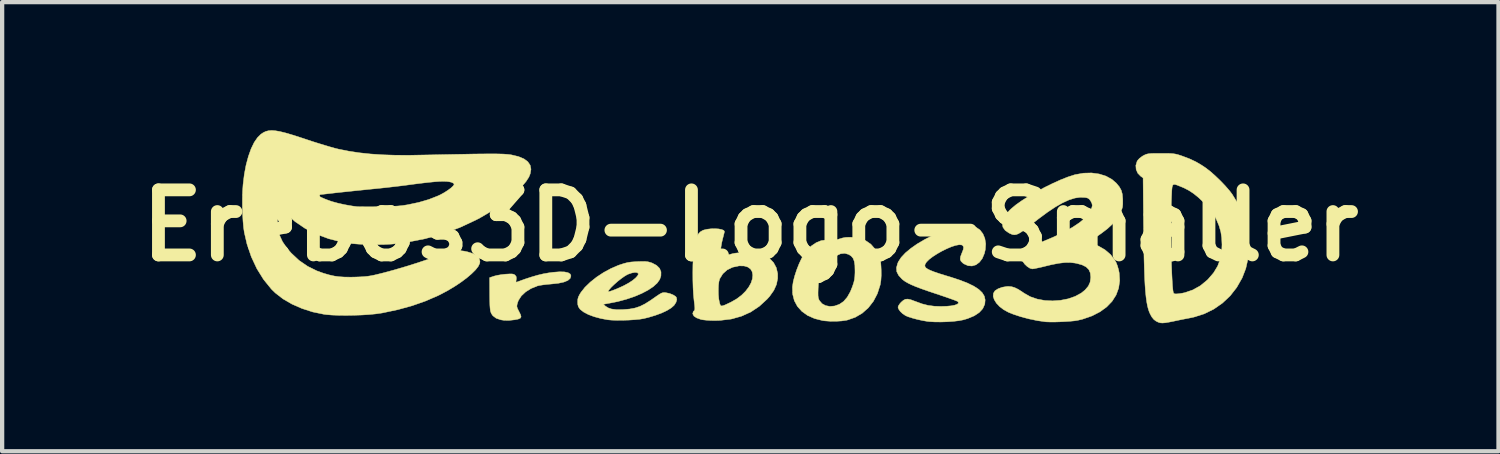
<source format=kicad_pcb>
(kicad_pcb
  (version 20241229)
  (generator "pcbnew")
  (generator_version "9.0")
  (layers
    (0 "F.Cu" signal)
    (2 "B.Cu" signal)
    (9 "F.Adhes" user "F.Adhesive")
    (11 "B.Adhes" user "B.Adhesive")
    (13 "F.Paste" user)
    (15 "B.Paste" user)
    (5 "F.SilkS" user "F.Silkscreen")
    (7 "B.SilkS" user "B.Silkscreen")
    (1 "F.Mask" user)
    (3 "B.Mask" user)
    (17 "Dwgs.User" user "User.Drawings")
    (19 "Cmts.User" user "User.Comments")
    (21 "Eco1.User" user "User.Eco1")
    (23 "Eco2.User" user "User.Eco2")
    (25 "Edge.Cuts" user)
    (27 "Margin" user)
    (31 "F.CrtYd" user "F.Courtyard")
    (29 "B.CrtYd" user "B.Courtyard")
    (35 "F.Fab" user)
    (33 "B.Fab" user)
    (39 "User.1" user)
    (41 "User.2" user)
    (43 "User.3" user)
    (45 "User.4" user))
  (footprint "Erebos3D-Logo-Smaller"
    (layer "F.Cu")
    (at 14.522 2.231)
    (property "Reference" "Erebos3D-Logo-Smaller" (at 0 0 0) (layer "F.SilkS") (effects (font (size 1.524 1.524) (thickness 0.3))))
    (attr through_hole)
    (fp_poly (pts (xy -4.352 1.087) (xy -4.268 1.105) (xy -4.217 1.137) (xy -4.201 1.18) (xy -4.219 1.238) (xy -4.273 1.286) (xy -4.365 1.324) (xy -4.493 1.352) (xy -4.659 1.37) (xy -4.66 1.37) (xy -4.762 1.379) (xy -4.86 1.391) (xy -4.942 1.404) (xy -4.988 1.415) (xy -5.137 1.476) (xy -5.263 1.555) (xy -5.363 1.649) (xy -5.431 1.754) (xy -5.452 1.811) (xy -5.465 1.862) (xy -5.467 1.9) (xy -5.455 1.94) (xy -5.428 1.995) (xy -5.415 2.02) (xy -5.38 2.091) (xy -5.369 2.139) (xy -5.388 2.171) (xy -5.438 2.192) (xy -5.521 2.208) (xy -5.655 2.223) (xy -5.771 2.22) (xy -5.842 2.209) (xy -5.952 2.172) (xy -6.031 2.112) (xy -6.067 2.058) (xy -6.079 2.026) (xy -6.089 1.988) (xy -6.095 1.935) (xy -6.1 1.864) (xy -6.102 1.767) (xy -6.104 1.638) (xy -6.104 1.603) (xy -6.106 1.221) (xy -5.998 1.185) (xy -5.926 1.167) (xy -5.833 1.151) (xy -5.737 1.14) (xy -5.72 1.139) (xy -5.634 1.134) (xy -5.578 1.135) (xy -5.542 1.142) (xy -5.516 1.157) (xy -5.509 1.163) (xy -5.483 1.198) (xy -5.48 1.244) (xy -5.483 1.267) (xy -5.489 1.312) (xy -5.48 1.327) (xy -5.469 1.325) (xy -5.283 1.257) (xy -5.124 1.205) (xy -4.984 1.164) (xy -4.854 1.133) (xy -4.726 1.11) (xy -4.617 1.095) (xy -4.469 1.084) (xy -4.352 1.087)) (stroke (width 0.01) (type solid)) (fill yes) (layer "F.SilkS"))
    (fp_poly (pts (xy 2.386 0.277) (xy 2.555 0.3) (xy 2.7 0.354) (xy 2.822 0.438) (xy 2.924 0.555) (xy 3.002 0.695) (xy 3.027 0.753) (xy 3.043 0.808) (xy 3.054 0.872) (xy 3.06 0.956) (xy 3.064 1.036) (xy 3.065 1.173) (xy 3.058 1.285) (xy 3.043 1.382) (xy 3.039 1.397) (xy 2.975 1.596) (xy 2.882 1.774) (xy 2.763 1.927) (xy 2.621 2.053) (xy 2.458 2.149) (xy 2.278 2.212) (xy 2.25 2.219) (xy 2.139 2.235) (xy 2.006 2.243) (xy 1.868 2.242) (xy 1.741 2.233) (xy 1.695 2.227) (xy 1.505 2.179) (xy 1.341 2.107) (xy 1.207 2.011) (xy 1.103 1.895) (xy 1.03 1.76) (xy 0.991 1.607) (xy 0.99 1.575) (xy 1.585 1.575) (xy 1.586 1.644) (xy 1.592 1.693) (xy 1.604 1.731) (xy 1.617 1.757) (xy 1.678 1.83) (xy 1.763 1.876) (xy 1.863 1.895) (xy 1.974 1.885) (xy 2.086 1.845) (xy 2.184 1.778) (xy 2.269 1.68) (xy 2.343 1.549) (xy 2.391 1.429) (xy 2.42 1.343) (xy 2.438 1.27) (xy 2.447 1.196) (xy 2.451 1.105) (xy 2.451 1.055) (xy 2.448 0.93) (xy 2.433 0.836) (xy 2.406 0.767) (xy 2.363 0.716) (xy 2.305 0.678) (xy 2.213 0.651) (xy 2.115 0.661) (xy 2.014 0.708) (xy 1.912 0.791) (xy 1.893 0.811) (xy 1.842 0.86) (xy 1.795 0.897) (xy 1.768 0.91) (xy 1.743 0.927) (xy 1.716 0.967) (xy 1.683 1.036) (xy 1.662 1.09) (xy 1.631 1.177) (xy 1.61 1.25) (xy 1.598 1.326) (xy 1.591 1.419) (xy 1.588 1.475) (xy 1.585 1.575) (xy 0.99 1.575) (xy 0.986 1.439) (xy 1.005 1.313) (xy 1.039 1.181) (xy 1.086 1.038) (xy 1.141 0.898) (xy 1.199 0.774) (xy 1.233 0.713) (xy 1.325 0.583) (xy 1.43 0.478) (xy 1.544 0.401) (xy 1.66 0.354) (xy 1.774 0.34) (xy 1.835 0.348) (xy 1.887 0.356) (xy 1.935 0.356) (xy 1.992 0.343) (xy 2.071 0.319) (xy 2.156 0.293) (xy 2.229 0.279) (xy 2.307 0.275) (xy 2.386 0.277)) (stroke (width 0.01) (type solid)) (fill yes) (layer "F.SilkS"))
    (fp_poly (pts (xy -2.459 0.843) (xy -2.401 0.849) (xy -2.35 0.862) (xy -2.301 0.878) (xy -2.197 0.933) (xy -2.126 1.003) (xy -2.092 1.086) (xy -2.094 1.181) (xy -2.122 1.263) (xy -2.181 1.347) (xy -2.273 1.431) (xy -2.396 1.513) (xy -2.545 1.591) (xy -2.715 1.663) (xy -2.902 1.726) (xy -3.102 1.78) (xy -3.26 1.812) (xy -3.443 1.845) (xy -3.392 1.889) (xy -3.329 1.929) (xy -3.249 1.956) (xy -3.146 1.969) (xy -3.013 1.97) (xy -2.97 1.968) (xy -2.826 1.956) (xy -2.701 1.933) (xy -2.584 1.894) (xy -2.466 1.835) (xy -2.336 1.753) (xy -2.277 1.712) (xy -2.19 1.651) (xy -2.128 1.61) (xy -2.084 1.585) (xy -2.049 1.573) (xy -2.017 1.57) (xy -1.981 1.573) (xy -1.975 1.574) (xy -1.888 1.593) (xy -1.81 1.624) (xy -1.752 1.66) (xy -1.733 1.682) (xy -1.722 1.734) (xy -1.741 1.8) (xy -1.786 1.87) (xy -1.787 1.871) (xy -1.854 1.93) (xy -1.953 1.991) (xy -2.079 2.05) (xy -2.226 2.104) (xy -2.386 2.152) (xy -2.501 2.18) (xy -2.592 2.195) (xy -2.711 2.206) (xy -2.847 2.215) (xy -2.989 2.219) (xy -3.126 2.22) (xy -3.246 2.216) (xy -3.336 2.208) (xy -3.503 2.177) (xy -3.658 2.135) (xy -3.793 2.085) (xy -3.903 2.027) (xy -3.982 1.966) (xy -3.993 1.953) (xy -4.026 1.904) (xy -4.041 1.85) (xy -4.044 1.789) (xy -4.041 1.726) (xy -4.026 1.672) (xy -3.995 1.611) (xy -3.968 1.568) (xy -3.95 1.545) (xy -3.33 1.545) (xy -3.321 1.55) (xy -3.29 1.543) (xy -3.229 1.523) (xy -3.16 1.496) (xy -3.072 1.459) (xy -2.978 1.416) (xy -2.937 1.395) (xy -2.841 1.342) (xy -2.756 1.286) (xy -2.687 1.229) (xy -2.641 1.178) (xy -2.622 1.138) (xy -2.623 1.127) (xy -2.65 1.103) (xy -2.703 1.098) (xy -2.776 1.111) (xy -2.861 1.14) (xy -2.881 1.149) (xy -2.944 1.186) (xy -3.022 1.241) (xy -3.106 1.307) (xy -3.186 1.378) (xy -3.256 1.445) (xy -3.306 1.502) (xy -3.323 1.527) (xy -3.33 1.545) (xy -3.95 1.545) (xy -3.874 1.448) (xy -3.749 1.327) (xy -3.601 1.209) (xy -3.437 1.101) (xy -3.264 1.007) (xy -3.09 0.932) (xy -3.063 0.923) (xy -2.962 0.89) (xy -2.877 0.868) (xy -2.793 0.855) (xy -2.694 0.848) (xy -2.638 0.845) (xy -2.534 0.842) (xy -2.459 0.843)) (stroke (width 0.01) (type solid)) (fill yes) (layer "F.SilkS"))
    (fp_poly (pts (xy -0.744 0.08) (xy -0.673 0.094) (xy -0.624 0.113) (xy -0.606 0.139) (xy -0.606 0.139) (xy -0.611 0.166) (xy -0.624 0.218) (xy -0.642 0.288) (xy -0.645 0.298) (xy -0.668 0.394) (xy -0.687 0.503) (xy -0.697 0.593) (xy -0.703 0.67) (xy -0.703 0.715) (xy -0.698 0.735) (xy -0.684 0.739) (xy -0.672 0.736) (xy -0.636 0.725) (xy -0.575 0.707) (xy -0.501 0.684) (xy -0.488 0.68) (xy -0.42 0.661) (xy -0.354 0.648) (xy -0.281 0.64) (xy -0.191 0.636) (xy -0.071 0.635) (xy -0.068 0.635) (xy 0.043 0.636) (xy 0.123 0.638) (xy 0.183 0.643) (xy 0.229 0.652) (xy 0.271 0.667) (xy 0.313 0.686) (xy 0.444 0.766) (xy 0.543 0.868) (xy 0.608 0.989) (xy 0.64 1.128) (xy 0.64 1.239) (xy 0.612 1.381) (xy 0.55 1.519) (xy 0.452 1.658) (xy 0.393 1.724) (xy 0.21 1.892) (xy 0.009 2.026) (xy -0.211 2.125) (xy -0.449 2.191) (xy -0.707 2.222) (xy -0.84 2.226) (xy -0.941 2.223) (xy -1.036 2.217) (xy -1.115 2.208) (xy -1.156 2.2) (xy -1.257 2.164) (xy -1.321 2.121) (xy -1.347 2.072) (xy -1.348 2.062) (xy -1.337 2.019) (xy -1.319 1.998) (xy -1.307 1.987) (xy -1.301 1.966) (xy -1.3 1.929) (xy -1.305 1.867) (xy -1.316 1.776) (xy -1.319 1.749) (xy -1.332 1.616) (xy -1.338 1.507) (xy -0.75 1.507) (xy -0.748 1.617) (xy -0.739 1.72) (xy -0.725 1.793) (xy -0.713 1.84) (xy -0.699 1.87) (xy -0.679 1.884) (xy -0.645 1.88) (xy -0.591 1.86) (xy -0.512 1.823) (xy -0.453 1.795) (xy -0.32 1.719) (xy -0.206 1.633) (xy -0.111 1.539) (xy -0.037 1.442) (xy 0.017 1.344) (xy 0.048 1.249) (xy 0.057 1.161) (xy 0.043 1.083) (xy 0.005 1.019) (xy -0.059 0.973) (xy -0.147 0.947) (xy -0.262 0.945) (xy -0.269 0.946) (xy -0.418 0.978) (xy -0.544 1.04) (xy -0.644 1.13) (xy -0.717 1.248) (xy -0.735 1.311) (xy -0.746 1.401) (xy -0.75 1.507) (xy -1.338 1.507) (xy -1.341 1.456) (xy -1.346 1.281) (xy -1.347 1.101) (xy -1.345 0.927) (xy -1.338 0.771) (xy -1.328 0.655) (xy -1.308 0.494) (xy -1.284 0.367) (xy -1.255 0.271) (xy -1.219 0.2) (xy -1.173 0.15) (xy -1.117 0.116) (xy -1.09 0.106) (xy -1.011 0.087) (xy -0.921 0.077) (xy -0.829 0.075) (xy -0.744 0.08)) (stroke (width 0.01) (type solid)) (fill yes) (layer "F.SilkS"))
    (fp_poly (pts (xy 5.174 0.008) (xy 5.285 0.041) (xy 5.377 0.104) (xy 5.446 0.193) (xy 5.492 0.303) (xy 5.512 0.429) (xy 5.502 0.566) (xy 5.482 0.653) (xy 5.432 0.772) (xy 5.364 0.861) (xy 5.283 0.921) (xy 5.192 0.948) (xy 5.098 0.941) (xy 5.002 0.898) (xy 4.976 0.879) (xy 4.933 0.836) (xy 4.915 0.79) (xy 4.922 0.731) (xy 4.952 0.65) (xy 4.954 0.646) (xy 4.986 0.564) (xy 4.994 0.508) (xy 4.977 0.472) (xy 4.95 0.455) (xy 4.891 0.45) (xy 4.809 0.465) (xy 4.709 0.497) (xy 4.599 0.544) (xy 4.485 0.6) (xy 4.374 0.663) (xy 4.272 0.729) (xy 4.187 0.794) (xy 4.125 0.856) (xy 4.094 0.906) (xy 4.087 0.938) (xy 4.093 0.967) (xy 4.115 0.994) (xy 4.156 1.022) (xy 4.219 1.052) (xy 4.308 1.087) (xy 4.426 1.127) (xy 4.577 1.174) (xy 4.678 1.204) (xy 4.9 1.277) (xy 5.085 1.348) (xy 5.234 1.421) (xy 5.348 1.495) (xy 5.43 1.573) (xy 5.48 1.655) (xy 5.499 1.742) (xy 5.491 1.836) (xy 5.489 1.845) (xy 5.443 1.947) (xy 5.361 2.037) (xy 5.243 2.115) (xy 5.09 2.179) (xy 4.985 2.21) (xy 4.886 2.229) (xy 4.759 2.244) (xy 4.615 2.254) (xy 4.466 2.259) (xy 4.324 2.258) (xy 4.199 2.251) (xy 4.152 2.246) (xy 4.034 2.226) (xy 3.911 2.199) (xy 3.795 2.168) (xy 3.697 2.137) (xy 3.634 2.11) (xy 3.568 2.066) (xy 3.51 2.011) (xy 3.471 1.954) (xy 3.458 1.911) (xy 3.472 1.875) (xy 3.505 1.827) (xy 3.534 1.795) (xy 3.585 1.751) (xy 3.633 1.727) (xy 3.688 1.723) (xy 3.758 1.738) (xy 3.852 1.773) (xy 3.869 1.779) (xy 4.022 1.835) (xy 4.163 1.871) (xy 4.309 1.89) (xy 4.461 1.895) (xy 4.594 1.891) (xy 4.705 1.881) (xy 4.791 1.864) (xy 4.848 1.842) (xy 4.874 1.817) (xy 4.866 1.787) (xy 4.857 1.78) (xy 4.832 1.768) (xy 4.774 1.745) (xy 4.691 1.715) (xy 4.586 1.678) (xy 4.465 1.637) (xy 4.361 1.602) (xy 4.169 1.538) (xy 4.01 1.482) (xy 3.881 1.434) (xy 3.777 1.39) (xy 3.694 1.35) (xy 3.628 1.312) (xy 3.574 1.273) (xy 3.552 1.254) (xy 3.472 1.167) (xy 3.429 1.081) (xy 3.422 0.989) (xy 3.45 0.887) (xy 3.466 0.85) (xy 3.532 0.748) (xy 3.631 0.642) (xy 3.757 0.537) (xy 3.905 0.433) (xy 4.07 0.335) (xy 4.245 0.244) (xy 4.426 0.164) (xy 4.607 0.097) (xy 4.782 0.045) (xy 4.945 0.013) (xy 5.092 0.002) (xy 5.174 0.008)) (stroke (width 0.01) (type solid)) (fill yes) (layer "F.SilkS"))
    (fp_poly (pts (xy 9.623 -1.689) (xy 9.742 -1.689) (xy 9.831 -1.687) (xy 9.9 -1.682) (xy 9.958 -1.673) (xy 10.013 -1.66) (xy 10.075 -1.64) (xy 10.116 -1.626) (xy 10.285 -1.562) (xy 10.432 -1.493) (xy 10.573 -1.41) (xy 10.668 -1.346) (xy 10.772 -1.266) (xy 10.888 -1.163) (xy 11.008 -1.048) (xy 11.122 -0.929) (xy 11.221 -0.815) (xy 11.282 -0.735) (xy 11.426 -0.501) (xy 11.538 -0.256) (xy 11.618 -0.003) (xy 11.665 0.255) (xy 11.678 0.511) (xy 11.658 0.763) (xy 11.603 1.007) (xy 11.517 1.229) (xy 11.391 1.45) (xy 11.237 1.647) (xy 11.056 1.817) (xy 10.852 1.959) (xy 10.628 2.069) (xy 10.388 2.145) (xy 10.309 2.162) (xy 10.221 2.179) (xy 10.111 2.2) (xy 9.996 2.224) (xy 9.926 2.239) (xy 9.806 2.263) (xy 9.717 2.278) (xy 9.65 2.283) (xy 9.598 2.279) (xy 9.553 2.265) (xy 9.507 2.242) (xy 9.505 2.242) (xy 9.45 2.201) (xy 9.402 2.142) (xy 9.366 2.077) (xy 9.341 2.021) (xy 9.319 1.955) (xy 9.299 1.877) (xy 9.282 1.784) (xy 9.267 1.674) (xy 9.254 1.544) (xy 9.243 1.392) (xy 9.234 1.216) (xy 9.227 1.012) (xy 9.22 0.778) (xy 9.215 0.512) (xy 9.211 0.212) (xy 9.21 0.081) (xy 9.851 0.081) (xy 9.852 0.3) (xy 9.854 0.518) (xy 9.858 0.73) (xy 9.863 0.931) (xy 9.87 1.115) (xy 9.878 1.276) (xy 9.886 1.41) (xy 9.896 1.511) (xy 9.897 1.519) (xy 9.906 1.571) (xy 9.922 1.595) (xy 9.955 1.602) (xy 9.98 1.602) (xy 10.039 1.597) (xy 10.116 1.585) (xy 10.178 1.572) (xy 10.364 1.508) (xy 10.541 1.409) (xy 10.702 1.276) (xy 10.717 1.261) (xy 10.848 1.109) (xy 10.944 0.951) (xy 11.007 0.781) (xy 11.04 0.593) (xy 11.046 0.449) (xy 11.039 0.29) (xy 11.018 0.148) (xy 10.978 0.01) (xy 10.916 -0.139) (xy 10.898 -0.176) (xy 10.86 -0.251) (xy 10.821 -0.314) (xy 10.774 -0.376) (xy 10.713 -0.444) (xy 10.629 -0.529) (xy 10.621 -0.537) (xy 10.495 -0.656) (xy 10.38 -0.749) (xy 10.267 -0.823) (xy 10.147 -0.884) (xy 10.085 -0.91) (xy 10.006 -0.942) (xy 9.95 -0.961) (xy 9.912 -0.962) (xy 9.89 -0.941) (xy 9.877 -0.894) (xy 9.87 -0.817) (xy 9.865 -0.706) (xy 9.864 -0.694) (xy 9.858 -0.526) (xy 9.854 -0.338) (xy 9.852 -0.134) (xy 9.851 0.081) (xy 9.21 0.081) (xy 9.208 -0.025) (xy 9.198 -1.114) (xy 9.141 -1.155) (xy 9.073 -1.225) (xy 9.035 -1.313) (xy 9.028 -1.407) (xy 9.056 -1.5) (xy 9.071 -1.526) (xy 9.116 -1.575) (xy 9.181 -1.623) (xy 9.212 -1.641) (xy 9.251 -1.66) (xy 9.288 -1.673) (xy 9.33 -1.681) (xy 9.385 -1.686) (xy 9.46 -1.689) (xy 9.563 -1.689) (xy 9.623 -1.689)) (stroke (width 0.01) (type solid)) (fill yes) (layer "F.SilkS"))
    (fp_poly (pts (xy 8.167 -1.207) (xy 8.328 -1.157) (xy 8.468 -1.08) (xy 8.572 -0.99) (xy 8.641 -0.906) (xy 8.686 -0.825) (xy 8.711 -0.735) (xy 8.721 -0.623) (xy 8.722 -0.585) (xy 8.722 -0.499) (xy 8.716 -0.436) (xy 8.7 -0.38) (xy 8.672 -0.314) (xy 8.651 -0.27) (xy 8.58 -0.152) (xy 8.486 -0.039) (xy 8.363 0.075) (xy 8.209 0.192) (xy 8.104 0.263) (xy 7.894 0.399) (xy 7.992 0.424) (xy 8.155 0.482) (xy 8.304 0.568) (xy 8.431 0.676) (xy 8.53 0.801) (xy 8.565 0.863) (xy 8.595 0.939) (xy 8.622 1.031) (xy 8.638 1.109) (xy 8.65 1.293) (xy 8.625 1.466) (xy 8.566 1.627) (xy 8.472 1.775) (xy 8.346 1.906) (xy 8.19 2.02) (xy 8.004 2.116) (xy 7.791 2.19) (xy 7.67 2.22) (xy 7.596 2.232) (xy 7.493 2.242) (xy 7.372 2.25) (xy 7.244 2.256) (xy 7.119 2.26) (xy 7.008 2.259) (xy 6.921 2.256) (xy 6.907 2.254) (xy 6.719 2.227) (xy 6.523 2.186) (xy 6.331 2.135) (xy 6.156 2.077) (xy 6.044 2.032) (xy 5.931 1.97) (xy 5.836 1.897) (xy 5.762 1.818) (xy 5.712 1.736) (xy 5.687 1.658) (xy 5.693 1.587) (xy 5.73 1.528) (xy 5.803 1.481) (xy 5.9 1.446) (xy 6.007 1.428) (xy 6.045 1.426) (xy 6.119 1.433) (xy 6.192 1.455) (xy 6.274 1.495) (xy 6.373 1.559) (xy 6.414 1.587) (xy 6.555 1.667) (xy 6.718 1.723) (xy 6.895 1.756) (xy 7.08 1.765) (xy 7.264 1.752) (xy 7.442 1.717) (xy 7.606 1.66) (xy 7.75 1.582) (xy 7.839 1.51) (xy 7.915 1.421) (xy 7.957 1.328) (xy 7.972 1.22) (xy 7.972 1.208) (xy 7.961 1.109) (xy 7.926 1.031) (xy 7.863 0.969) (xy 7.77 0.922) (xy 7.643 0.887) (xy 7.6 0.879) (xy 7.487 0.866) (xy 7.361 0.868) (xy 7.218 0.885) (xy 7.049 0.918) (xy 6.921 0.949) (xy 6.82 0.974) (xy 6.728 0.994) (xy 6.655 1.009) (xy 6.608 1.016) (xy 6.602 1.016) (xy 6.548 1.001) (xy 6.484 0.96) (xy 6.425 0.904) (xy 6.38 0.841) (xy 6.378 0.838) (xy 6.362 0.787) (xy 6.353 0.719) (xy 6.351 0.649) (xy 6.357 0.593) (xy 6.365 0.574) (xy 6.389 0.557) (xy 6.44 0.533) (xy 6.508 0.506) (xy 6.516 0.503) (xy 6.827 0.385) (xy 7.103 0.269) (xy 7.342 0.154) (xy 7.545 0.042) (xy 7.71 -0.068) (xy 7.838 -0.175) (xy 7.929 -0.28) (xy 7.965 -0.342) (xy 7.996 -0.415) (xy 8.008 -0.468) (xy 8 -0.515) (xy 7.974 -0.568) (xy 7.97 -0.574) (xy 7.936 -0.62) (xy 7.894 -0.645) (xy 7.842 -0.656) (xy 7.726 -0.661) (xy 7.601 -0.643) (xy 7.463 -0.6) (xy 7.312 -0.531) (xy 7.144 -0.435) (xy 6.958 -0.311) (xy 6.751 -0.158) (xy 6.648 -0.078) (xy 6.522 0.022) (xy 6.421 0.099) (xy 6.342 0.154) (xy 6.278 0.192) (xy 6.226 0.212) (xy 6.181 0.218) (xy 6.137 0.211) (xy 6.092 0.193) (xy 6.058 0.176) (xy 5.969 0.115) (xy 5.916 0.041) (xy 5.9 -0.045) (xy 5.919 -0.139) (xy 5.974 -0.241) (xy 6.065 -0.35) (xy 6.108 -0.391) (xy 6.218 -0.483) (xy 6.358 -0.582) (xy 6.522 -0.686) (xy 6.701 -0.79) (xy 6.889 -0.891) (xy 7.078 -0.984) (xy 7.261 -1.067) (xy 7.432 -1.135) (xy 7.582 -1.184) (xy 7.612 -1.192) (xy 7.804 -1.226) (xy 7.99 -1.231) (xy 8.167 -1.207)) (stroke (width 0.01) (type solid)) (fill yes) (layer "F.SilkS"))
    (fp_poly (pts (xy -11.122 -2.219) (xy -11.018 -2.201) (xy -10.891 -2.17) (xy -10.74 -2.126) (xy -10.558 -2.068) (xy -10.424 -2.024) (xy -10.272 -1.973) (xy -10.119 -1.925) (xy -9.972 -1.88) (xy -9.841 -1.841) (xy -9.731 -1.81) (xy -9.65 -1.79) (xy -9.648 -1.789) (xy -9.406 -1.741) (xy -9.156 -1.703) (xy -8.893 -1.675) (xy -8.612 -1.656) (xy -8.307 -1.646) (xy -7.973 -1.645) (xy -7.767 -1.649) (xy -7.441 -1.655) (xy -7.152 -1.661) (xy -6.897 -1.666) (xy -6.674 -1.67) (xy -6.48 -1.674) (xy -6.313 -1.676) (xy -6.169 -1.677) (xy -6.048 -1.677) (xy -5.945 -1.677) (xy -5.86 -1.675) (xy -5.788 -1.673) (xy -5.728 -1.669) (xy -5.678 -1.665) (xy -5.634 -1.66) (xy -5.595 -1.654) (xy -5.59 -1.653) (xy -5.428 -1.614) (xy -5.302 -1.561) (xy -5.211 -1.493) (xy -5.156 -1.412) (xy -5.137 -1.318) (xy -5.155 -1.212) (xy -5.187 -1.133) (xy -5.253 -1.031) (xy -5.35 -0.916) (xy -5.473 -0.792) (xy -5.618 -0.664) (xy -5.781 -0.535) (xy -5.957 -0.409) (xy -6.141 -0.29) (xy -6.33 -0.18) (xy -6.423 -0.131) (xy -6.809 0.049) (xy -7.205 0.194) (xy -7.615 0.309) (xy -8.044 0.393) (xy -8.244 0.421) (xy -8.406 0.436) (xy -8.589 0.445) (xy -8.785 0.448) (xy -8.983 0.445) (xy -9.174 0.436) (xy -9.349 0.422) (xy -9.499 0.402) (xy -9.554 0.392) (xy -9.873 0.31) (xy -10.163 0.203) (xy -10.425 0.069) (xy -10.66 -0.09) (xy -10.858 -0.267) (xy -11 -0.409) (xy -11.033 -0.346) (xy -11.054 -0.284) (xy -11.068 -0.191) (xy -11.074 -0.114) (xy -11.068 0.057) (xy -11.029 0.219) (xy -10.957 0.377) (xy -10.849 0.535) (xy -10.751 0.647) (xy -10.568 0.818) (xy -10.369 0.955) (xy -10.15 1.063) (xy -9.994 1.119) (xy -9.862 1.157) (xy -9.742 1.184) (xy -9.623 1.2) (xy -9.493 1.208) (xy -9.342 1.209) (xy -9.25 1.207) (xy -9.137 1.203) (xy -9.045 1.197) (xy -8.964 1.189) (xy -8.885 1.177) (xy -8.797 1.159) (xy -8.689 1.133) (xy -8.577 1.105) (xy -8.334 1.039) (xy -8.066 0.96) (xy -7.786 0.872) (xy -7.503 0.777) (xy -7.232 0.681) (xy -7.097 0.635) (xy -6.986 0.604) (xy -6.89 0.589) (xy -6.8 0.588) (xy -6.704 0.6) (xy -6.624 0.617) (xy -6.497 0.656) (xy -6.406 0.708) (xy -6.351 0.77) (xy -6.332 0.842) (xy -6.338 0.886) (xy -6.371 0.956) (xy -6.435 1.038) (xy -6.528 1.13) (xy -6.643 1.228) (xy -6.778 1.328) (xy -6.928 1.428) (xy -7.088 1.524) (xy -7.256 1.613) (xy -7.312 1.641) (xy -7.61 1.77) (xy -7.922 1.879) (xy -8.256 1.971) (xy -8.62 2.048) (xy -8.646 2.052) (xy -8.773 2.07) (xy -8.928 2.085) (xy -9.1 2.096) (xy -9.283 2.102) (xy -9.466 2.105) (xy -9.641 2.103) (xy -9.799 2.097) (xy -9.932 2.086) (xy -9.984 2.079) (xy -10.25 2.024) (xy -10.501 1.943) (xy -10.734 1.841) (xy -10.944 1.719) (xy -11.125 1.579) (xy -11.217 1.489) (xy -11.4 1.263) (xy -11.557 1.01) (xy -11.687 0.732) (xy -11.788 0.434) (xy -11.851 0.161) (xy -11.868 0.043) (xy -11.881 -0.104) (xy -11.89 -0.271) (xy -11.895 -0.448) (xy -11.895 -0.625) (xy -11.893 -0.715) (xy -10.131 -0.715) (xy -10.129 -0.705) (xy -10.098 -0.684) (xy -10.043 -0.656) (xy -9.972 -0.625) (xy -9.89 -0.593) (xy -9.805 -0.563) (xy -9.791 -0.559) (xy -9.652 -0.521) (xy -9.492 -0.486) (xy -9.326 -0.457) (xy -9.212 -0.442) (xy -9.17 -0.44) (xy -9.096 -0.439) (xy -8.996 -0.438) (xy -8.878 -0.438) (xy -8.748 -0.439) (xy -8.695 -0.44) (xy -8.522 -0.443) (xy -8.381 -0.448) (xy -8.261 -0.456) (xy -8.156 -0.466) (xy -8.056 -0.481) (xy -8.021 -0.487) (xy -7.765 -0.541) (xy -7.529 -0.61) (xy -7.322 -0.691) (xy -7.257 -0.721) (xy -7.163 -0.773) (xy -7.078 -0.828) (xy -7.007 -0.881) (xy -6.958 -0.928) (xy -6.937 -0.964) (xy -6.936 -0.968) (xy -6.953 -0.99) (xy -6.995 -1.011) (xy -7.009 -1.015) (xy -7.06 -1.026) (xy -7.118 -1.033) (xy -7.19 -1.035) (xy -7.277 -1.033) (xy -7.385 -1.025) (xy -7.517 -1.012) (xy -7.677 -0.994) (xy -7.869 -0.97) (xy -8.041 -0.947) (xy -8.18 -0.929) (xy -8.342 -0.91) (xy -8.515 -0.89) (xy -8.683 -0.872) (xy -8.803 -0.86) (xy -8.944 -0.846) (xy -9.097 -0.83) (xy -9.254 -0.814) (xy -9.413 -0.797) (xy -9.568 -0.781) (xy -9.714 -0.765) (xy -9.845 -0.75) (xy -9.958 -0.737) (xy -10.046 -0.727) (xy -10.105 -0.72) (xy -10.131 -0.715) (xy -11.893 -0.715) (xy -11.891 -0.793) (xy -11.881 -0.942) (xy -11.88 -0.956) (xy -11.851 -1.196) (xy -11.809 -1.418) (xy -11.755 -1.619) (xy -11.692 -1.796) (xy -11.62 -1.945) (xy -11.54 -2.061) (xy -11.462 -2.138) (xy -11.405 -2.176) (xy -11.346 -2.204) (xy -11.282 -2.22) (xy -11.209 -2.226) (xy -11.122 -2.219)) (stroke (width 0.01) (type solid)) (fill yes) (layer "F.SilkS")))
  (gr_rect
    (start -3 -3)
    (end 32.043 7.518)
    (stroke (width 0.1) (type default))
    (fill no)
    (layer "Edge.Cuts")))
</source>
